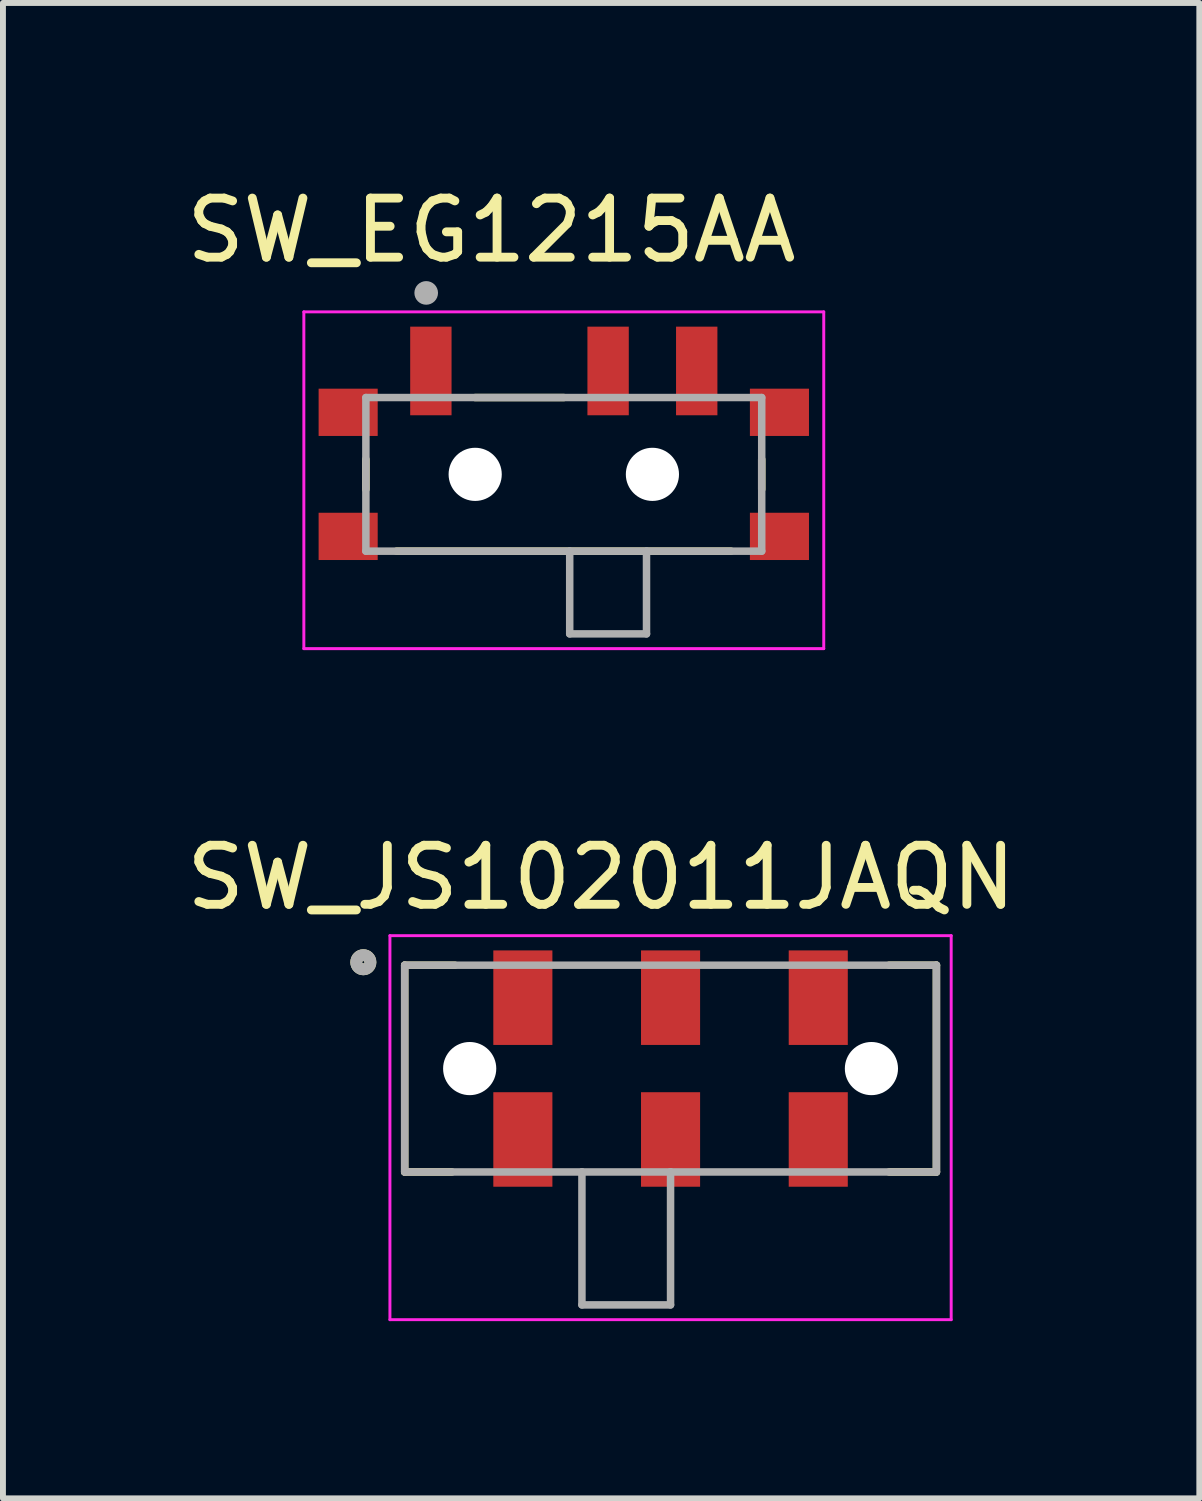
<source format=kicad_pcb>
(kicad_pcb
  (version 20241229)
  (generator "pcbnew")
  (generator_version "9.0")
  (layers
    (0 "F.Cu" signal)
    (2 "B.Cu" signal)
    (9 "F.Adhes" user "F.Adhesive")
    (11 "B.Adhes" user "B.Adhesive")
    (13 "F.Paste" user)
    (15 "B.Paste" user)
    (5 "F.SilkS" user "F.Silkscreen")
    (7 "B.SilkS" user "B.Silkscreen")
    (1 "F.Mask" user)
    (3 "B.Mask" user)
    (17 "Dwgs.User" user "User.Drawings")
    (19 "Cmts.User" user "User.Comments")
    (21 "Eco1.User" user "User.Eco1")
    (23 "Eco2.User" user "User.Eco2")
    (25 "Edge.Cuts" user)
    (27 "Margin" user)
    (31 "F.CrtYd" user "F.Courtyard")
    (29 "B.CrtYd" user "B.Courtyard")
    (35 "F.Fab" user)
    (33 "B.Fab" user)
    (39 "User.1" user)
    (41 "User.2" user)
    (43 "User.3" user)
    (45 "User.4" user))
  (footprint "SW_EG1215AA"
    (layer "F.Cu")
    (at 6.493 4.979)
    (property "Reference" "SW_EG1215AA" (at -1.225 -4.131 0) (layer "F.SilkS") (effects (font (size 1 1) (thickness 0.15))))
    (attr smd)
    (fp_line (start -3.35 -0.254) (end -3.35 0.254) (stroke (width 0.127) (type solid)) (layer "F.SilkS"))
    (fp_line (start -2.83 1.3) (end 2.83 1.3) (stroke (width 0.127) (type solid)) (layer "F.SilkS"))
    (fp_line (start -1.5 -1.3) (end 0 -1.3) (stroke (width 0.127) (type solid)) (layer "F.SilkS"))
    (fp_line (start 3.35 -0.254) (end 3.35 0.254) (stroke (width 0.127) (type solid)) (layer "F.SilkS"))
    (fp_line (start -4.4 -2.75) (end -4.4 2.95) (stroke (width 0.05) (type solid)) (layer "F.CrtYd"))
    (fp_line (start -4.4 2.95) (end 4.4 2.95) (stroke (width 0.05) (type solid)) (layer "F.CrtYd"))
    (fp_line (start 4.4 -2.75) (end -4.4 -2.75) (stroke (width 0.05) (type solid)) (layer "F.CrtYd"))
    (fp_line (start 4.4 2.95) (end 4.4 -2.75) (stroke (width 0.05) (type solid)) (layer "F.CrtYd"))
    (fp_line (start -3.35 -1.3) (end 3.35 -1.3) (stroke (width 0.127) (type solid)) (layer "F.Fab"))
    (fp_line (start -3.35 1.3) (end -3.35 -1.3) (stroke (width 0.127) (type solid)) (layer "F.Fab"))
    (fp_line (start 0.1 1.3) (end -3.35 1.3) (stroke (width 0.127) (type solid)) (layer "F.Fab"))
    (fp_line (start 0.1 1.3) (end 0.1 2.7) (stroke (width 0.127) (type solid)) (layer "F.Fab"))
    (fp_line (start 0.1 1.3) (end 1.4 1.3) (stroke (width 0.127) (type solid)) (layer "F.Fab"))
    (fp_line (start 0.1 2.7) (end 1.4 2.7) (stroke (width 0.127) (type solid)) (layer "F.Fab"))
    (fp_line (start 1.4 2.7) (end 1.4 1.3) (stroke (width 0.127) (type solid)) (layer "F.Fab"))
    (fp_line (start 3.35 -1.3) (end 3.35 1.3) (stroke (width 0.127) (type solid)) (layer "F.Fab"))
    (fp_line (start 3.35 1.3) (end 1.4 1.3) (stroke (width 0.127) (type solid)) (layer "F.Fab"))
    (fp_circle (center -2.329 -3.071) (end -2.229 -3.071) (stroke (width 0.2) (type solid)) (fill no) (layer "F.Fab"))
    (fp_text user "${REFERENCE}" (at 0 0 0) (layer "Eco1.User") (effects (font (size 1 1) (thickness 0.15))))
    (pad "" np_thru_hole circle (at -1.5 0) (size 0.9 0.9) (drill 0.9) (layers "*.Cu" "*.Mask"))
    (pad "" np_thru_hole circle (at 1.5 0) (size 0.9 0.9) (drill 0.9) (layers "*.Cu" "*.Mask"))
    (pad "1" smd rect (at -2.25 -1.75) (size 0.7 1.5) (layers "F.Cu" "F.Mask" "F.Paste"))
    (pad "2" smd rect (at 0.75 -1.75) (size 0.7 1.5) (layers "F.Cu" "F.Mask" "F.Paste"))
    (pad "3" smd rect (at 2.25 -1.75) (size 0.7 1.5) (layers "F.Cu" "F.Mask" "F.Paste"))
    (pad "S1" smd rect (at -3.65 -1.05) (size 1 0.8) (layers "F.Cu" "F.Mask" "F.Paste"))
    (pad "S1" smd rect (at -3.65 1.05) (size 1 0.8) (layers "F.Cu" "F.Mask" "F.Paste"))
    (pad "S1" smd rect (at 3.65 -1.05) (size 1 0.8) (layers "F.Cu" "F.Mask" "F.Paste"))
    (pad "S1" smd rect (at 3.65 1.05) (size 1 0.8) (layers "F.Cu" "F.Mask" "F.Paste")))
  (footprint "SW_JS102011JAQN"
    (layer "F.Cu")
    (at 8.3 15.037)
    (property "Reference" "SW_JS102011JAQN" (at -1.175 -3.235 0) (layer "F.SilkS") (effects (font (size 1 1) (thickness 0.15))))
    (attr smd)
    (fp_line (start -4.5 -1.75) (end -4.5 1.75) (stroke (width 0.127) (type solid)) (layer "F.SilkS"))
    (fp_line (start -4.5 1.75) (end -3.7 1.75) (stroke (width 0.127) (type solid)) (layer "F.SilkS"))
    (fp_line (start -3.65 -1.75) (end -4.5 -1.75) (stroke (width 0.127) (type solid)) (layer "F.SilkS"))
    (fp_line (start 3.7 -1.75) (end 4.5 -1.75) (stroke (width 0.127) (type solid)) (layer "F.SilkS"))
    (fp_line (start 4.5 -1.75) (end 4.5 1.75) (stroke (width 0.127) (type solid)) (layer "F.SilkS"))
    (fp_line (start 4.5 1.75) (end 3.7 1.75) (stroke (width 0.127) (type solid)) (layer "F.SilkS"))
    (fp_circle (center -5.2 -1.8) (end -5.08 -1.8) (stroke (width 0.2) (type solid)) (fill no) (layer "F.SilkS"))
    (fp_line (start -4.75 -2.25) (end 4.75 -2.25) (stroke (width 0.05) (type solid)) (layer "F.CrtYd"))
    (fp_line (start -4.75 4.25) (end -4.75 -2.25) (stroke (width 0.05) (type solid)) (layer "F.CrtYd"))
    (fp_line (start 4.75 -2.25) (end 4.75 4.25) (stroke (width 0.05) (type solid)) (layer "F.CrtYd"))
    (fp_line (start 4.75 4.25) (end -4.75 4.25) (stroke (width 0.05) (type solid)) (layer "F.CrtYd"))
    (fp_line (start -4.5 -1.75) (end 4.5 -1.75) (stroke (width 0.127) (type solid)) (layer "F.Fab"))
    (fp_line (start -4.5 1.75) (end -4.5 -1.75) (stroke (width 0.127) (type solid)) (layer "F.Fab"))
    (fp_line (start -1.5 1.75) (end -4.5 1.75) (stroke (width 0.127) (type solid)) (layer "F.Fab"))
    (fp_line (start -1.5 1.75) (end -1.5 4) (stroke (width 0.127) (type solid)) (layer "F.Fab"))
    (fp_line (start -1.5 4) (end 0 4) (stroke (width 0.127) (type solid)) (layer "F.Fab"))
    (fp_line (start 0 1.75) (end -1.5 1.75) (stroke (width 0.127) (type solid)) (layer "F.Fab"))
    (fp_line (start 0 4) (end 0 1.75) (stroke (width 0.127) (type solid)) (layer "F.Fab"))
    (fp_line (start 4.5 -1.75) (end 4.5 1.75) (stroke (width 0.127) (type solid)) (layer "F.Fab"))
    (fp_line (start 4.5 1.75) (end 0 1.75) (stroke (width 0.127) (type solid)) (layer "F.Fab"))
    (fp_circle (center -5.2 -1.8) (end -5.08 -1.8) (stroke (width 0.2) (type solid)) (fill no) (layer "F.Fab"))
    (pad "" np_thru_hole circle (at -3.4 0) (size 0.9 0.9) (drill 0.9) (layers "*.Cu" "*.Mask"))
    (pad "" np_thru_hole circle (at 3.4 0) (size 0.9 0.9) (drill 0.9) (layers "*.Cu" "*.Mask"))
    (pad "1" smd rect (at -2.5 -1.2) (size 1 1.6) (layers "F.Cu" "F.Mask" "F.Paste"))
    (pad "1" smd rect (at -2.5 1.2 180) (size 1 1.6) (layers "F.Cu" "F.Mask" "F.Paste"))
    (pad "2" smd rect (at 0 -1.2) (size 1 1.6) (layers "F.Cu" "F.Mask" "F.Paste"))
    (pad "2" smd rect (at 0 1.2 180) (size 1 1.6) (layers "F.Cu" "F.Mask" "F.Paste"))
    (pad "3" smd rect (at 2.5 -1.2) (size 1 1.6) (layers "F.Cu" "F.Mask" "F.Paste"))
    (pad "3" smd rect (at 2.5 1.2 180) (size 1 1.6) (layers "F.Cu" "F.Mask" "F.Paste")))
  (gr_rect
    (start -3 -3)
    (end 17.25 22.312)
    (stroke (width 0.1) (type default))
    (fill no)
    (layer "Edge.Cuts")))
</source>
